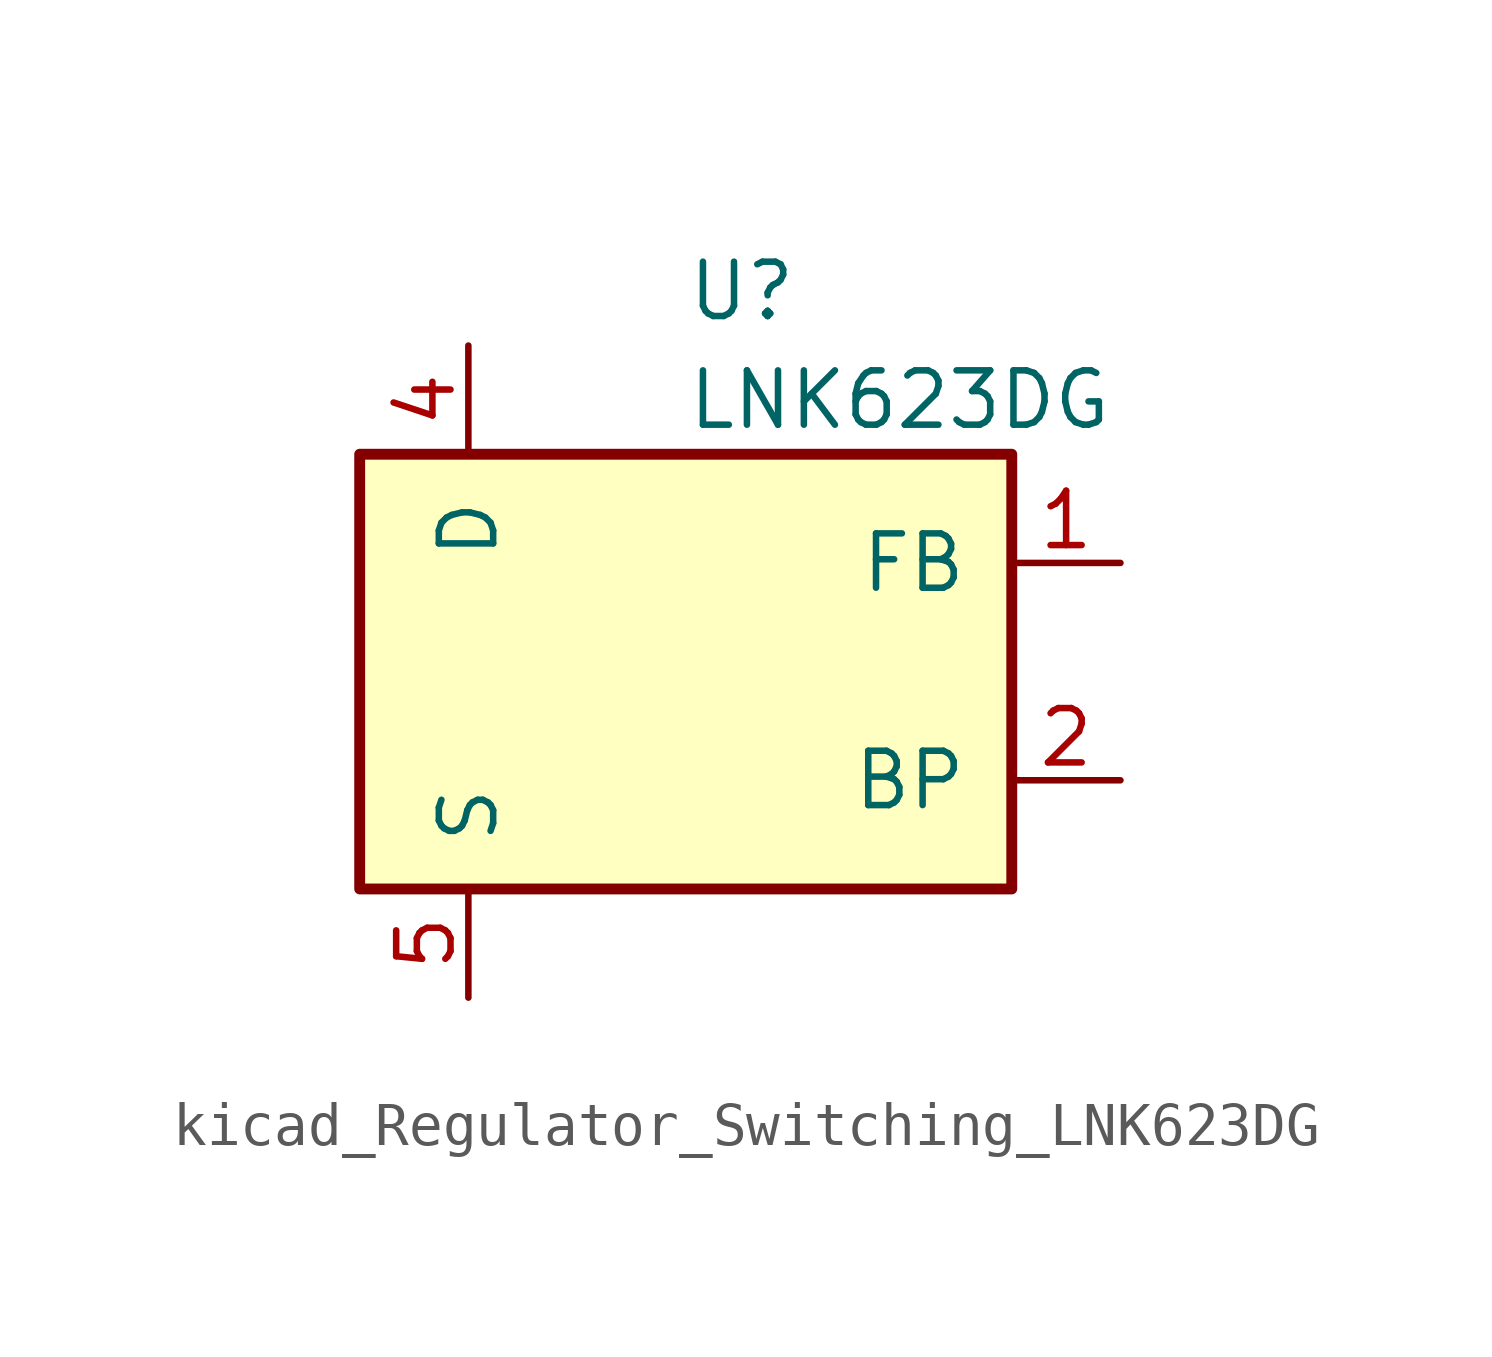
<source format=kicad_sym>
(kicad_symbol_lib
  (version 20220914)
  (generator kicad_symbol_editor)
  (symbol "kicad_Regulator_Switching_LNK623DG"
    (pin_names
      (offset 1.016))
    (property "Reference" "U"
      (at 0 8.89 0)
      (effects (font (size 1.27 1.27)) (justify left)))
    (property "Value" "LNK623DG"
      (at 0 6.35 0)
      (effects (font (size 1.27 1.27)) (justify left)))
    (symbol "kicad_Regulator_Switching_LNK623DG_0_1"
      (rectangle (start -7.62 5.08) (end 7.62 -5.08) (stroke (width 0.254) (type default)) (fill (type background))))
    (symbol "kicad_Regulator_Switching_LNK623DG_1_1"
      (pin input line (at 10.16 2.54 180) (length 2.54) (name "FB" (effects (font (size 1.27 1.27)))) (number "1" (effects (font (size 1.27 1.27)))))
      (pin input line (at 10.16 -2.54 180) (length 2.54) (name "BP" (effects (font (size 1.27 1.27)))) (number "2" (effects (font (size 1.27 1.27)))))
      (pin open_collector line (at -5.08 7.62 270) (length 2.54) (name "D" (effects (font (size 1.27 1.27)))) (number "4" (effects (font (size 1.27 1.27)))))
      (pin power_in line (at -5.08 -7.62 90) (length 2.54) (name "S" (effects (font (size 1.27 1.27)))) (number "5" (effects (font (size 1.27 1.27)))))
      (pin passive line (at -5.08 -7.62 90) (length 2.54) hide (name "S" (effects (font (size 1.27 1.27)))) (number "6" (effects (font (size 1.27 1.27)))))
      (pin passive line (at -5.08 -7.62 90) (length 2.54) hide (name "S" (effects (font (size 1.27 1.27)))) (number "7" (effects (font (size 1.27 1.27)))))
      (pin passive line (at -5.08 -7.62 90) (length 2.54) hide (name "S" (effects (font (size 1.27 1.27)))) (number "8" (effects (font (size 1.27 1.27))))))))
</source>
